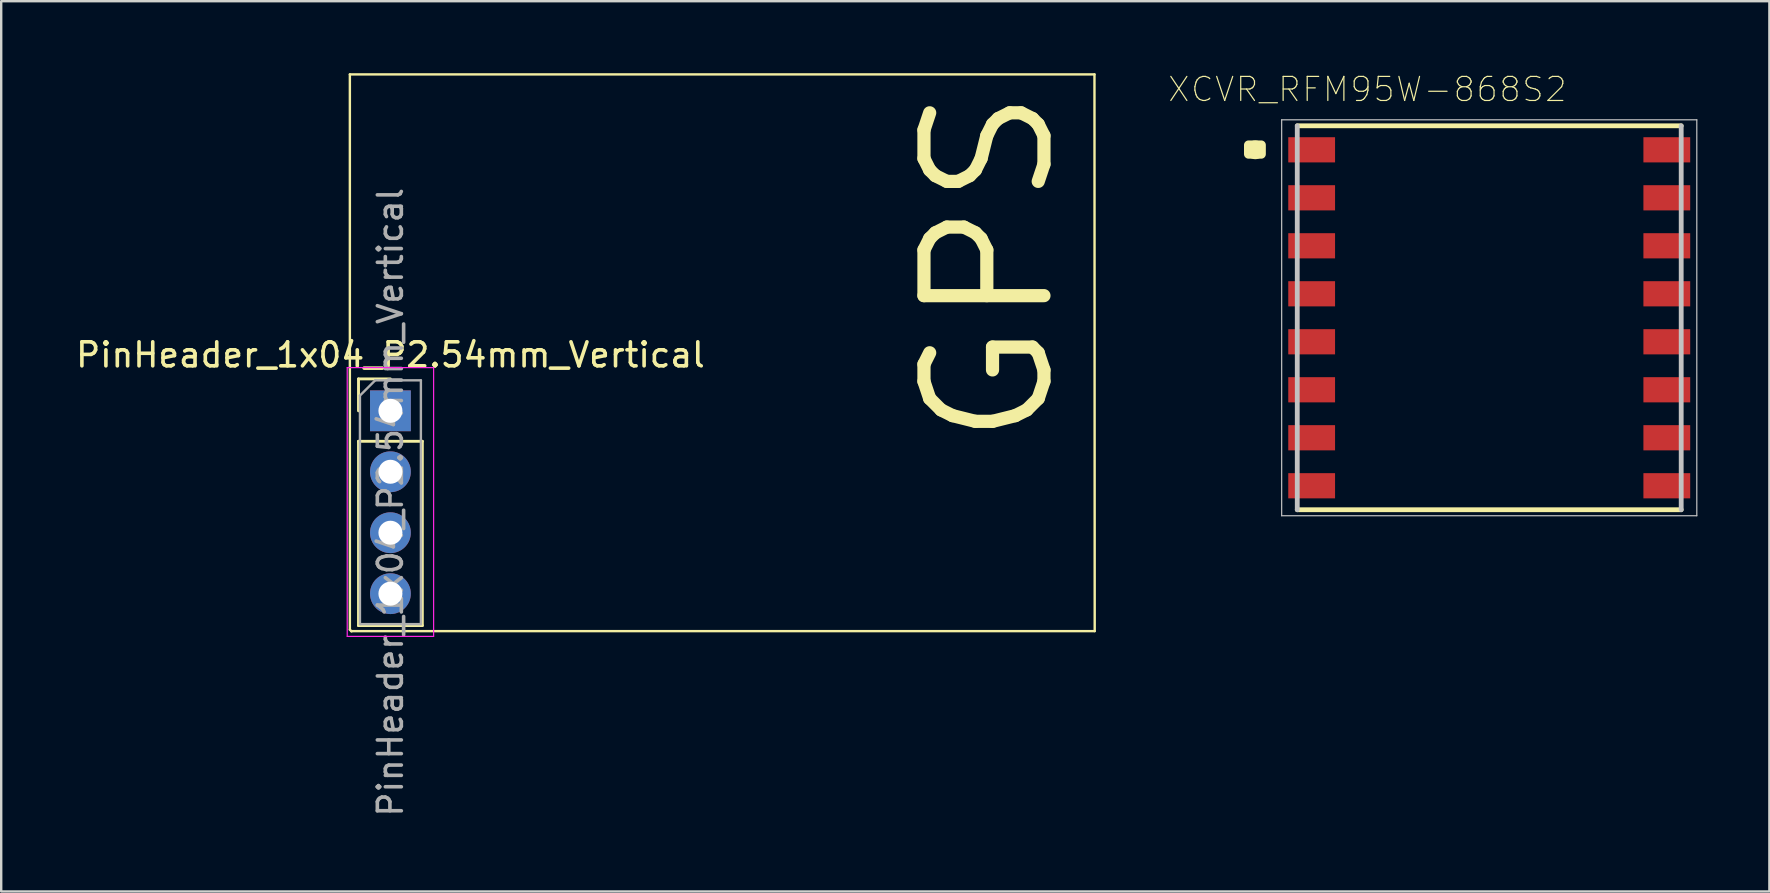
<source format=kicad_pcb>
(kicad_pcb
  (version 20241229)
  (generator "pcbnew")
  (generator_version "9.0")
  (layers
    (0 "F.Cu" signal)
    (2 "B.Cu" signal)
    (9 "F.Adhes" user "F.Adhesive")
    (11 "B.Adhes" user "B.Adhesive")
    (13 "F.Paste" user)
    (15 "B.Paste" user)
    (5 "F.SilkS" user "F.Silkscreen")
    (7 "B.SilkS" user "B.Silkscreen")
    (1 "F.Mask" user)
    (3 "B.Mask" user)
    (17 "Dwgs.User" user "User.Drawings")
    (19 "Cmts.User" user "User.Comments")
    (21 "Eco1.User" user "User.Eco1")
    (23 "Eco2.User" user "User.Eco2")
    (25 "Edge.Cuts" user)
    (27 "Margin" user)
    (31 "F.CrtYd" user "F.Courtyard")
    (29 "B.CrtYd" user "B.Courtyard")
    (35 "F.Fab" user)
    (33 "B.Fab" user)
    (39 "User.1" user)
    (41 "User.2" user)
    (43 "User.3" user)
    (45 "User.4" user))
  (footprint "XCVR_RFM95W-868S2"
    (layer "F.Cu")
    (at 59.011 10.193)
    (property "Reference" "XCVR_RFM95W-868S2" (at -5.078 -9.518 0) (layer "F.SilkS") (effects (font (size 1.003 1.003) (thickness 0.05))))
    (attr smd)
    (fp_line (start -8 -8) (end 8 -8) (stroke (width 0.2) (type solid)) (layer "F.SilkS"))
    (fp_line (start 8 8) (end -8 8) (stroke (width 0.2) (type solid)) (layer "F.SilkS"))
    (fp_circle (center -9.75 -7) (end -9.458 -7) (stroke (width 0.2) (type solid)) (fill no) (layer "F.SilkS"))
    (fp_poly (pts (xy -10.029 -7.2) (xy -9.5 -7.2) (xy -9.5 -6.82) (xy -10.029 -6.82)) (stroke (width 0.381) (type solid)) (fill yes) (layer "F.SilkS"))
    (fp_line (start -8.65 -8.25) (end 8.65 -8.25) (stroke (width 0.05) (type solid)) (layer "Dwgs.User"))
    (fp_line (start -8.65 8.25) (end -8.65 -8.25) (stroke (width 0.05) (type solid)) (layer "Dwgs.User"))
    (fp_line (start -8 8) (end -8 -8) (stroke (width 0.2) (type solid)) (layer "Dwgs.User"))
    (fp_line (start 8 -8) (end 8 8) (stroke (width 0.2) (type solid)) (layer "Dwgs.User"))
    (fp_line (start 8.65 -8.25) (end 8.65 8.25) (stroke (width 0.05) (type solid)) (layer "Dwgs.User"))
    (fp_line (start 8.65 8.25) (end -8.65 8.25) (stroke (width 0.05) (type solid)) (layer "Dwgs.User"))
    (pad "1" smd rect (at -7.4 -7) (size 1.95 1.05) (layers "F.Cu" "F.Mask" "F.Paste"))
    (pad "2" smd rect (at -7.4 -5) (size 1.95 1.05) (layers "F.Cu" "F.Mask" "F.Paste"))
    (pad "3" smd rect (at -7.4 -3) (size 1.95 1.05) (layers "F.Cu" "F.Mask" "F.Paste"))
    (pad "4" smd rect (at -7.4 -1) (size 1.95 1.05) (layers "F.Cu" "F.Mask" "F.Paste"))
    (pad "5" smd rect (at -7.4 1) (size 1.95 1.05) (layers "F.Cu" "F.Mask" "F.Paste"))
    (pad "6" smd rect (at -7.4 3) (size 1.95 1.05) (layers "F.Cu" "F.Mask" "F.Paste"))
    (pad "7" smd rect (at -7.4 5) (size 1.95 1.05) (layers "F.Cu" "F.Mask" "F.Paste"))
    (pad "8" smd rect (at -7.4 7) (size 1.95 1.05) (layers "F.Cu" "F.Mask" "F.Paste"))
    (pad "9" smd rect (at 7.4 7 180) (size 1.95 1.05) (layers "F.Cu" "F.Mask" "F.Paste"))
    (pad "10" smd rect (at 7.4 5 180) (size 1.95 1.05) (layers "F.Cu" "F.Mask" "F.Paste"))
    (pad "11" smd rect (at 7.4 3 180) (size 1.95 1.05) (layers "F.Cu" "F.Mask" "F.Paste"))
    (pad "12" smd rect (at 7.4 1 180) (size 1.95 1.05) (layers "F.Cu" "F.Mask" "F.Paste"))
    (pad "13" smd rect (at 7.4 -1 180) (size 1.95 1.05) (layers "F.Cu" "F.Mask" "F.Paste"))
    (pad "14" smd rect (at 7.4 -3 180) (size 1.95 1.05) (layers "F.Cu" "F.Mask" "F.Paste"))
    (pad "15" smd rect (at 7.4 -5 180) (size 1.95 1.05) (layers "F.Cu" "F.Mask" "F.Paste"))
    (pad "16" smd rect (at 7.4 -7 180) (size 1.95 1.05) (layers "F.Cu" "F.Mask" "F.Paste")))
  (footprint "PinHeader_1x04_P2.54mm_Vertical"
    (layer "F.Cu")
    (at 13.22 14.07)
    (property "Reference" "PinHeader_1x04_P2.54mm_Vertical" (at 0 -2.33 0) (layer "F.SilkS") (effects (font (size 1 1) (thickness 0.15))))
    (attr through_hole)
    (fp_line (start -1.69 -14.02) (end -1.69 9.12) (stroke (width 0.1) (type solid)) (layer "F.SilkS"))
    (fp_line (start -1.64 9.18) (end 29.35 9.18) (stroke (width 0.1) (type solid)) (layer "F.SilkS"))
    (fp_line (start -1.62 9.19) (end -1.69 9.12) (stroke (width 0.1) (type solid)) (layer "F.SilkS"))
    (fp_line (start -1.33 -1.33) (end 0 -1.33) (stroke (width 0.12) (type solid)) (layer "F.SilkS"))
    (fp_line (start -1.33 0) (end -1.33 -1.33) (stroke (width 0.12) (type solid)) (layer "F.SilkS"))
    (fp_line (start -1.33 1.27) (end -1.33 8.95) (stroke (width 0.12) (type solid)) (layer "F.SilkS"))
    (fp_line (start -1.33 1.27) (end 1.33 1.27) (stroke (width 0.12) (type solid)) (layer "F.SilkS"))
    (fp_line (start -1.33 8.95) (end 1.33 8.95) (stroke (width 0.12) (type solid)) (layer "F.SilkS"))
    (fp_line (start 1.33 1.27) (end 1.33 8.95) (stroke (width 0.12) (type solid)) (layer "F.SilkS"))
    (fp_line (start 29.34 -14.02) (end -1.69 -14.02) (stroke (width 0.1) (type solid)) (layer "F.SilkS"))
    (fp_line (start 29.35 9.18) (end 29.34 -14.02) (stroke (width 0.1) (type solid)) (layer "F.SilkS"))
    (fp_line (start -1.8 -1.8) (end -1.8 9.4) (stroke (width 0.05) (type solid)) (layer "F.CrtYd"))
    (fp_line (start -1.8 9.4) (end 1.8 9.4) (stroke (width 0.05) (type solid)) (layer "F.CrtYd"))
    (fp_line (start 1.8 -1.8) (end -1.8 -1.8) (stroke (width 0.05) (type solid)) (layer "F.CrtYd"))
    (fp_line (start 1.8 9.4) (end 1.8 -1.8) (stroke (width 0.05) (type solid)) (layer "F.CrtYd"))
    (fp_line (start -1.27 -0.635) (end -0.635 -1.27) (stroke (width 0.1) (type solid)) (layer "F.Fab"))
    (fp_line (start -1.27 8.89) (end -1.27 -0.635) (stroke (width 0.1) (type solid)) (layer "F.Fab"))
    (fp_line (start -0.635 -1.27) (end 1.27 -1.27) (stroke (width 0.1) (type solid)) (layer "F.Fab"))
    (fp_line (start 1.27 -1.27) (end 1.27 8.89) (stroke (width 0.1) (type solid)) (layer "F.Fab"))
    (fp_line (start 1.27 8.89) (end -1.27 8.89) (stroke (width 0.1) (type solid)) (layer "F.Fab"))
    (fp_text user "GPS" (at 24.95 -5.99 90) (layer "F.SilkS") (effects (font (size 5 5) (thickness 0.55))))
    (fp_text user "${REFERENCE}" (at 0 3.81 90) (layer "F.Fab") (effects (font (size 1 1) (thickness 0.15))))
    (pad "1" thru_hole rect (at 0 0) (size 1.7 1.7) (drill 1) (layers "*.Cu" "*.Mask"))
    (pad "2" thru_hole oval (at 0 2.54) (size 1.7 1.7) (drill 1) (layers "*.Cu" "*.Mask"))
    (pad "3" thru_hole oval (at 0 5.08) (size 1.7 1.7) (drill 1) (layers "*.Cu" "*.Mask"))
    (pad "4" thru_hole oval (at 0 7.62) (size 1.7 1.7) (drill 1) (layers "*.Cu" "*.Mask")))
  (gr_rect
    (start -3 -3)
    (end 70.686 34.1)
    (stroke (width 0.1) (type default))
    (fill no)
    (layer "Edge.Cuts")))
</source>
